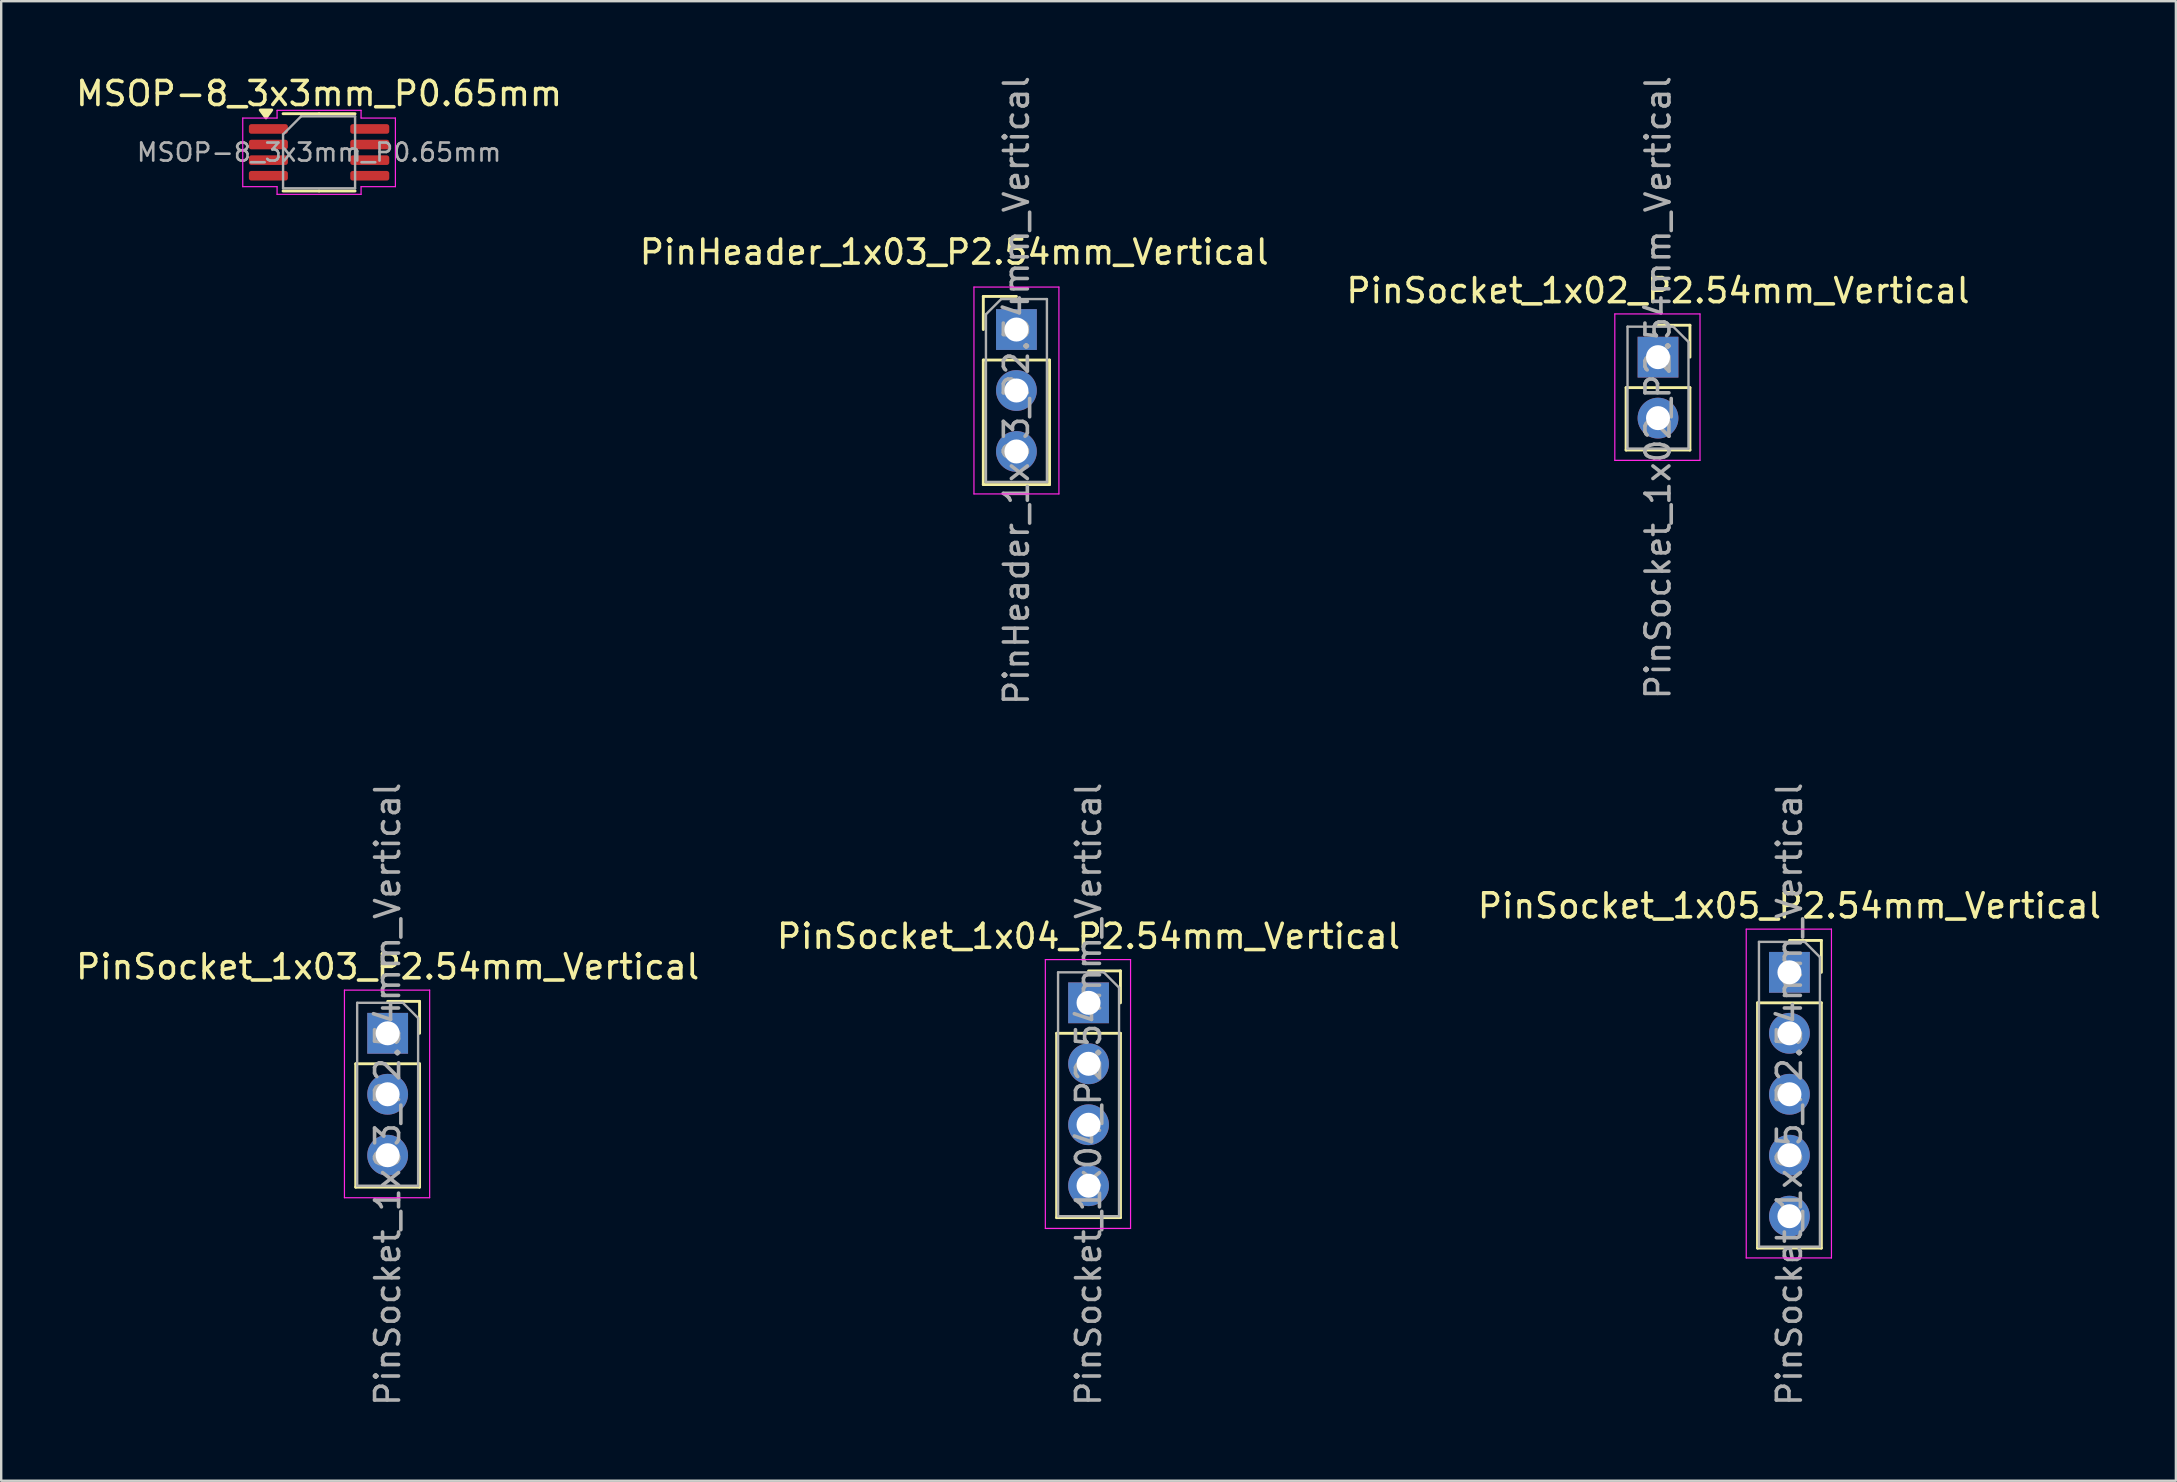
<source format=kicad_pcb>
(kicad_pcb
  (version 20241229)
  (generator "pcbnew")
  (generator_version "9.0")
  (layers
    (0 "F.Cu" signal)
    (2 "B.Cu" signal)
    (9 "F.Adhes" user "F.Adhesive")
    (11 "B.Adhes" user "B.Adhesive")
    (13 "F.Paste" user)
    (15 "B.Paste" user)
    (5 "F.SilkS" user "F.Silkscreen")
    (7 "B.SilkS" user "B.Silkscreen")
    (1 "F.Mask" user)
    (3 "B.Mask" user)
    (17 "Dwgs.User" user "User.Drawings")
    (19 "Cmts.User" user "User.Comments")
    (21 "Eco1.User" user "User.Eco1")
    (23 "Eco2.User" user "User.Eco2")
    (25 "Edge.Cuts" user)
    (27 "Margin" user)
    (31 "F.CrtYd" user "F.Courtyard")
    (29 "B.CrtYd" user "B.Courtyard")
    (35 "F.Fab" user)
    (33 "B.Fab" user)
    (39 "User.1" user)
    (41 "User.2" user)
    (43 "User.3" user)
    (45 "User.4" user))
  (footprint "PinHeader_1x03_P2.54mm_Vertical"
    (layer "F.Cu")
    (at 39.299 10.68)
    (property "Reference" "PinHeader_1x03_P2.54mm_Vertical" (at -2.591 -3.226 0) (layer "F.SilkS") (effects (font (size 1 1) (thickness 0.15))))
    (attr through_hole)
    (fp_line (start -1.38 -1.38) (end 0 -1.38) (stroke (width 0.12) (type solid)) (layer "F.SilkS"))
    (fp_line (start -1.38 0) (end -1.38 -1.38) (stroke (width 0.12) (type solid)) (layer "F.SilkS"))
    (fp_line (start -1.38 1.27) (end -1.38 6.46) (stroke (width 0.12) (type solid)) (layer "F.SilkS"))
    (fp_line (start -1.38 1.27) (end 1.38 1.27) (stroke (width 0.12) (type solid)) (layer "F.SilkS"))
    (fp_line (start -1.38 6.46) (end 1.38 6.46) (stroke (width 0.12) (type solid)) (layer "F.SilkS"))
    (fp_line (start 1.38 1.27) (end 1.38 6.46) (stroke (width 0.12) (type solid)) (layer "F.SilkS"))
    (fp_line (start -1.77 -1.77) (end -1.77 6.85) (stroke (width 0.05) (type solid)) (layer "F.CrtYd"))
    (fp_line (start -1.77 6.85) (end 1.77 6.85) (stroke (width 0.05) (type solid)) (layer "F.CrtYd"))
    (fp_line (start 1.77 -1.77) (end -1.77 -1.77) (stroke (width 0.05) (type solid)) (layer "F.CrtYd"))
    (fp_line (start 1.77 6.85) (end 1.77 -1.77) (stroke (width 0.05) (type solid)) (layer "F.CrtYd"))
    (fp_line (start -1.27 -0.635) (end -0.635 -1.27) (stroke (width 0.1) (type solid)) (layer "F.Fab"))
    (fp_line (start -1.27 6.35) (end -1.27 -0.635) (stroke (width 0.1) (type solid)) (layer "F.Fab"))
    (fp_line (start -0.635 -1.27) (end 1.27 -1.27) (stroke (width 0.1) (type solid)) (layer "F.Fab"))
    (fp_line (start 1.27 -1.27) (end 1.27 6.35) (stroke (width 0.1) (type solid)) (layer "F.Fab"))
    (fp_line (start 1.27 6.35) (end -1.27 6.35) (stroke (width 0.1) (type solid)) (layer "F.Fab"))
    (fp_text user "${REFERENCE}" (at 0 2.54 90) (layer "F.Fab") (effects (font (size 1 1) (thickness 0.15))))
    (pad "1" thru_hole rect (at 0 0) (size 1.7 1.7) (drill 1) (layers "*.Cu" "*.Mask"))
    (pad "2" thru_hole circle (at 0 2.54) (size 1.7 1.7) (drill 1) (layers "*.Cu" "*.Mask"))
    (pad "3" thru_hole circle (at 0 5.08) (size 1.7 1.7) (drill 1) (layers "*.Cu" "*.Mask")))
  (footprint "PinSocket_1x02_P2.54mm_Vertical"
    (layer "F.Cu")
    (at 66.03 11.831)
    (property "Reference" "PinSocket_1x02_P2.54mm_Vertical" (at 0 -2.77 0) (layer "F.SilkS") (effects (font (size 1 1) (thickness 0.15))))
    (attr through_hole)
    (fp_line (start -1.33 1.27) (end -1.33 3.87) (stroke (width 0.12) (type solid)) (layer "F.SilkS"))
    (fp_line (start -1.33 1.27) (end 1.33 1.27) (stroke (width 0.12) (type solid)) (layer "F.SilkS"))
    (fp_line (start -1.33 3.87) (end 1.33 3.87) (stroke (width 0.12) (type solid)) (layer "F.SilkS"))
    (fp_line (start 0 -1.33) (end 1.33 -1.33) (stroke (width 0.12) (type solid)) (layer "F.SilkS"))
    (fp_line (start 1.33 -1.33) (end 1.33 0) (stroke (width 0.12) (type solid)) (layer "F.SilkS"))
    (fp_line (start 1.33 1.27) (end 1.33 3.87) (stroke (width 0.12) (type solid)) (layer "F.SilkS"))
    (fp_line (start -1.8 -1.8) (end 1.75 -1.8) (stroke (width 0.05) (type solid)) (layer "F.CrtYd"))
    (fp_line (start -1.8 4.3) (end -1.8 -1.8) (stroke (width 0.05) (type solid)) (layer "F.CrtYd"))
    (fp_line (start 1.75 -1.8) (end 1.75 4.3) (stroke (width 0.05) (type solid)) (layer "F.CrtYd"))
    (fp_line (start 1.75 4.3) (end -1.8 4.3) (stroke (width 0.05) (type solid)) (layer "F.CrtYd"))
    (fp_line (start -1.27 -1.27) (end 0.635 -1.27) (stroke (width 0.1) (type solid)) (layer "F.Fab"))
    (fp_line (start -1.27 3.81) (end -1.27 -1.27) (stroke (width 0.1) (type solid)) (layer "F.Fab"))
    (fp_line (start 0.635 -1.27) (end 1.27 -0.635) (stroke (width 0.1) (type solid)) (layer "F.Fab"))
    (fp_line (start 1.27 -0.635) (end 1.27 3.81) (stroke (width 0.1) (type solid)) (layer "F.Fab"))
    (fp_line (start 1.27 3.81) (end -1.27 3.81) (stroke (width 0.1) (type solid)) (layer "F.Fab"))
    (fp_text user "${REFERENCE}" (at 0 1.27 90) (layer "F.Fab") (effects (font (size 1 1) (thickness 0.15))))
    (pad "1" thru_hole rect (at 0 0) (size 1.7 1.7) (drill 1) (layers "*.Cu" "*.Mask"))
    (pad "2" thru_hole circle (at 0 2.54) (size 1.7 1.7) (drill 1) (layers "*.Cu" "*.Mask")))
  (footprint "MSOP-8_3x3mm_P0.65mm"
    (layer "F.Cu")
    (at 10.244 3.298)
    (property "Reference" "MSOP-8_3x3mm_P0.65mm" (at 0 -2.45 0) (layer "F.SilkS") (effects (font (size 1 1) (thickness 0.15))))
    (attr smd)
    (fp_line (start 0 -1.61) (end -1.5 -1.61) (stroke (width 0.12) (type solid)) (layer "F.SilkS"))
    (fp_line (start 0 -1.61) (end 1.5 -1.61) (stroke (width 0.12) (type solid)) (layer "F.SilkS"))
    (fp_line (start 0 1.61) (end -1.5 1.61) (stroke (width 0.12) (type solid)) (layer "F.SilkS"))
    (fp_line (start 0 1.61) (end 1.5 1.61) (stroke (width 0.12) (type solid)) (layer "F.SilkS"))
    (fp_poly (pts (xy -2.212 -1.435) (xy -2.453 -1.765) (xy -1.972 -1.765)) (stroke (width 0.12) (type solid)) (fill yes) (layer "F.SilkS"))
    (fp_line (start -3.18 -1.43) (end -1.75 -1.43) (stroke (width 0.05) (type solid)) (layer "F.CrtYd"))
    (fp_line (start -3.18 1.43) (end -3.18 -1.43) (stroke (width 0.05) (type solid)) (layer "F.CrtYd"))
    (fp_line (start -1.75 -1.75) (end 1.75 -1.75) (stroke (width 0.05) (type solid)) (layer "F.CrtYd"))
    (fp_line (start -1.75 -1.43) (end -1.75 -1.75) (stroke (width 0.05) (type solid)) (layer "F.CrtYd"))
    (fp_line (start -1.75 1.43) (end -3.18 1.43) (stroke (width 0.05) (type solid)) (layer "F.CrtYd"))
    (fp_line (start -1.75 1.75) (end -1.75 1.43) (stroke (width 0.05) (type solid)) (layer "F.CrtYd"))
    (fp_line (start 1.75 -1.75) (end 1.75 -1.43) (stroke (width 0.05) (type solid)) (layer "F.CrtYd"))
    (fp_line (start 1.75 -1.43) (end 3.18 -1.43) (stroke (width 0.05) (type solid)) (layer "F.CrtYd"))
    (fp_line (start 1.75 1.43) (end 1.75 1.75) (stroke (width 0.05) (type solid)) (layer "F.CrtYd"))
    (fp_line (start 1.75 1.75) (end -1.75 1.75) (stroke (width 0.05) (type solid)) (layer "F.CrtYd"))
    (fp_line (start 3.18 -1.43) (end 3.18 1.43) (stroke (width 0.05) (type solid)) (layer "F.CrtYd"))
    (fp_line (start 3.18 1.43) (end 1.75 1.43) (stroke (width 0.05) (type solid)) (layer "F.CrtYd"))
    (fp_line (start -1.5 -0.75) (end -0.75 -1.5) (stroke (width 0.1) (type solid)) (layer "F.Fab"))
    (fp_line (start -1.5 1.5) (end -1.5 -0.75) (stroke (width 0.1) (type solid)) (layer "F.Fab"))
    (fp_line (start -0.75 -1.5) (end 1.5 -1.5) (stroke (width 0.1) (type solid)) (layer "F.Fab"))
    (fp_line (start 1.5 -1.5) (end 1.5 1.5) (stroke (width 0.1) (type solid)) (layer "F.Fab"))
    (fp_line (start 1.5 1.5) (end -1.5 1.5) (stroke (width 0.1) (type solid)) (layer "F.Fab"))
    (fp_text user "${REFERENCE}" (at 0 0 0) (layer "F.Fab") (effects (font (size 0.75 0.75) (thickness 0.11))))
    (pad "1" smd roundrect (at -2.112 -0.975) (size 1.625 0.4) (layers "F.Cu" "F.Mask" "F.Paste") (roundrect_rratio 0.25))
    (pad "2" smd roundrect (at -2.112 -0.325) (size 1.625 0.4) (layers "F.Cu" "F.Mask" "F.Paste") (roundrect_rratio 0.25))
    (pad "3" smd roundrect (at -2.112 0.325) (size 1.625 0.4) (layers "F.Cu" "F.Mask" "F.Paste") (roundrect_rratio 0.25))
    (pad "4" smd roundrect (at -2.112 0.975) (size 1.625 0.4) (layers "F.Cu" "F.Mask" "F.Paste") (roundrect_rratio 0.25))
    (pad "5" smd roundrect (at 2.112 0.975) (size 1.625 0.4) (layers "F.Cu" "F.Mask" "F.Paste") (roundrect_rratio 0.25))
    (pad "6" smd roundrect (at 2.112 0.325) (size 1.625 0.4) (layers "F.Cu" "F.Mask" "F.Paste") (roundrect_rratio 0.25))
    (pad "7" smd roundrect (at 2.112 -0.325) (size 1.625 0.4) (layers "F.Cu" "F.Mask" "F.Paste") (roundrect_rratio 0.25))
    (pad "8" smd roundrect (at 2.112 -0.975) (size 1.625 0.4) (layers "F.Cu" "F.Mask" "F.Paste") (roundrect_rratio 0.25)))
  (footprint "PinSocket_1x03_P2.54mm_Vertical"
    (layer "F.Cu")
    (at 13.101 40.002)
    (property "Reference" "PinSocket_1x03_P2.54mm_Vertical" (at 0 -2.77 0) (layer "F.SilkS") (effects (font (size 1 1) (thickness 0.15))))
    (attr through_hole)
    (fp_line (start -1.33 1.27) (end -1.33 6.41) (stroke (width 0.12) (type solid)) (layer "F.SilkS"))
    (fp_line (start -1.33 1.27) (end 1.33 1.27) (stroke (width 0.12) (type solid)) (layer "F.SilkS"))
    (fp_line (start -1.33 6.41) (end 1.33 6.41) (stroke (width 0.12) (type solid)) (layer "F.SilkS"))
    (fp_line (start 0 -1.33) (end 1.33 -1.33) (stroke (width 0.12) (type solid)) (layer "F.SilkS"))
    (fp_line (start 1.33 -1.33) (end 1.33 0) (stroke (width 0.12) (type solid)) (layer "F.SilkS"))
    (fp_line (start 1.33 1.27) (end 1.33 6.41) (stroke (width 0.12) (type solid)) (layer "F.SilkS"))
    (fp_line (start -1.8 -1.8) (end 1.75 -1.8) (stroke (width 0.05) (type solid)) (layer "F.CrtYd"))
    (fp_line (start -1.8 6.85) (end -1.8 -1.8) (stroke (width 0.05) (type solid)) (layer "F.CrtYd"))
    (fp_line (start 1.75 -1.8) (end 1.75 6.85) (stroke (width 0.05) (type solid)) (layer "F.CrtYd"))
    (fp_line (start 1.75 6.85) (end -1.8 6.85) (stroke (width 0.05) (type solid)) (layer "F.CrtYd"))
    (fp_line (start -1.27 -1.27) (end 0.635 -1.27) (stroke (width 0.1) (type solid)) (layer "F.Fab"))
    (fp_line (start -1.27 6.35) (end -1.27 -1.27) (stroke (width 0.1) (type solid)) (layer "F.Fab"))
    (fp_line (start 0.635 -1.27) (end 1.27 -0.635) (stroke (width 0.1) (type solid)) (layer "F.Fab"))
    (fp_line (start 1.27 -0.635) (end 1.27 6.35) (stroke (width 0.1) (type solid)) (layer "F.Fab"))
    (fp_line (start 1.27 6.35) (end -1.27 6.35) (stroke (width 0.1) (type solid)) (layer "F.Fab"))
    (fp_text user "${REFERENCE}" (at 0 2.54 90) (layer "F.Fab") (effects (font (size 1 1) (thickness 0.15))))
    (pad "1" thru_hole rect (at 0 0) (size 1.7 1.7) (drill 1) (layers "*.Cu" "*.Mask"))
    (pad "2" thru_hole circle (at 0 2.54) (size 1.7 1.7) (drill 1) (layers "*.Cu" "*.Mask"))
    (pad "3" thru_hole circle (at 0 5.08) (size 1.7 1.7) (drill 1) (layers "*.Cu" "*.Mask")))
  (footprint "PinSocket_1x05_P2.54mm_Vertical"
    (layer "F.Cu")
    (at 71.506 37.462)
    (property "Reference" "PinSocket_1x05_P2.54mm_Vertical" (at 0 -2.77 0) (layer "F.SilkS") (effects (font (size 1 1) (thickness 0.15))))
    (attr through_hole)
    (fp_line (start -1.33 1.27) (end -1.33 11.49) (stroke (width 0.12) (type solid)) (layer "F.SilkS"))
    (fp_line (start -1.33 1.27) (end 1.33 1.27) (stroke (width 0.12) (type solid)) (layer "F.SilkS"))
    (fp_line (start -1.33 11.49) (end 1.33 11.49) (stroke (width 0.12) (type solid)) (layer "F.SilkS"))
    (fp_line (start 0 -1.33) (end 1.33 -1.33) (stroke (width 0.12) (type solid)) (layer "F.SilkS"))
    (fp_line (start 1.33 -1.33) (end 1.33 0) (stroke (width 0.12) (type solid)) (layer "F.SilkS"))
    (fp_line (start 1.33 1.27) (end 1.33 11.49) (stroke (width 0.12) (type solid)) (layer "F.SilkS"))
    (fp_line (start -1.8 -1.8) (end 1.75 -1.8) (stroke (width 0.05) (type solid)) (layer "F.CrtYd"))
    (fp_line (start -1.8 11.9) (end -1.8 -1.8) (stroke (width 0.05) (type solid)) (layer "F.CrtYd"))
    (fp_line (start 1.75 -1.8) (end 1.75 11.9) (stroke (width 0.05) (type solid)) (layer "F.CrtYd"))
    (fp_line (start 1.75 11.9) (end -1.8 11.9) (stroke (width 0.05) (type solid)) (layer "F.CrtYd"))
    (fp_line (start -1.27 -1.27) (end 0.635 -1.27) (stroke (width 0.1) (type solid)) (layer "F.Fab"))
    (fp_line (start -1.27 11.43) (end -1.27 -1.27) (stroke (width 0.1) (type solid)) (layer "F.Fab"))
    (fp_line (start 0.635 -1.27) (end 1.27 -0.635) (stroke (width 0.1) (type solid)) (layer "F.Fab"))
    (fp_line (start 1.27 -0.635) (end 1.27 11.43) (stroke (width 0.1) (type solid)) (layer "F.Fab"))
    (fp_line (start 1.27 11.43) (end -1.27 11.43) (stroke (width 0.1) (type solid)) (layer "F.Fab"))
    (fp_text user "${REFERENCE}" (at 0 5.08 270) (layer "F.Fab") (effects (font (size 1 1) (thickness 0.15))))
    (pad "1" thru_hole rect (at 0 0) (size 1.7 1.7) (drill 1) (layers "*.Cu" "*.Mask"))
    (pad "2" thru_hole circle (at 0 2.54) (size 1.7 1.7) (drill 1) (layers "*.Cu" "*.Mask"))
    (pad "3" thru_hole circle (at 0 5.08) (size 1.7 1.7) (drill 1) (layers "*.Cu" "*.Mask"))
    (pad "4" thru_hole circle (at 0 7.62) (size 1.7 1.7) (drill 1) (layers "*.Cu" "*.Mask"))
    (pad "5" thru_hole circle (at 0 10.16) (size 1.7 1.7) (drill 1) (layers "*.Cu" "*.Mask")))
  (footprint "PinSocket_1x04_P2.54mm_Vertical"
    (layer "F.Cu")
    (at 42.304 38.732)
    (property "Reference" "PinSocket_1x04_P2.54mm_Vertical" (at 0 -2.77 0) (layer "F.SilkS") (effects (font (size 1 1) (thickness 0.15))))
    (attr through_hole)
    (fp_line (start -1.33 1.27) (end -1.33 8.95) (stroke (width 0.12) (type solid)) (layer "F.SilkS"))
    (fp_line (start -1.33 1.27) (end 1.33 1.27) (stroke (width 0.12) (type solid)) (layer "F.SilkS"))
    (fp_line (start -1.33 8.95) (end 1.33 8.95) (stroke (width 0.12) (type solid)) (layer "F.SilkS"))
    (fp_line (start 0 -1.33) (end 1.33 -1.33) (stroke (width 0.12) (type solid)) (layer "F.SilkS"))
    (fp_line (start 1.33 -1.33) (end 1.33 0) (stroke (width 0.12) (type solid)) (layer "F.SilkS"))
    (fp_line (start 1.33 1.27) (end 1.33 8.95) (stroke (width 0.12) (type solid)) (layer "F.SilkS"))
    (fp_line (start -1.8 -1.8) (end 1.75 -1.8) (stroke (width 0.05) (type solid)) (layer "F.CrtYd"))
    (fp_line (start -1.8 9.4) (end -1.8 -1.8) (stroke (width 0.05) (type solid)) (layer "F.CrtYd"))
    (fp_line (start 1.75 -1.8) (end 1.75 9.4) (stroke (width 0.05) (type solid)) (layer "F.CrtYd"))
    (fp_line (start 1.75 9.4) (end -1.8 9.4) (stroke (width 0.05) (type solid)) (layer "F.CrtYd"))
    (fp_line (start -1.27 -1.27) (end 0.635 -1.27) (stroke (width 0.1) (type solid)) (layer "F.Fab"))
    (fp_line (start -1.27 8.89) (end -1.27 -1.27) (stroke (width 0.1) (type solid)) (layer "F.Fab"))
    (fp_line (start 0.635 -1.27) (end 1.27 -0.635) (stroke (width 0.1) (type solid)) (layer "F.Fab"))
    (fp_line (start 1.27 -0.635) (end 1.27 8.89) (stroke (width 0.1) (type solid)) (layer "F.Fab"))
    (fp_line (start 1.27 8.89) (end -1.27 8.89) (stroke (width 0.1) (type solid)) (layer "F.Fab"))
    (fp_text user "${REFERENCE}" (at 0 3.81 270) (layer "F.Fab") (effects (font (size 1 1) (thickness 0.15))))
    (pad "1" thru_hole rect (at 0 0) (size 1.7 1.7) (drill 1) (layers "*.Cu" "*.Mask"))
    (pad "2" thru_hole circle (at 0 2.54) (size 1.7 1.7) (drill 1) (layers "*.Cu" "*.Mask"))
    (pad "3" thru_hole circle (at 0 5.08) (size 1.7 1.7) (drill 1) (layers "*.Cu" "*.Mask"))
    (pad "4" thru_hole circle (at 0 7.62) (size 1.7 1.7) (drill 1) (layers "*.Cu" "*.Mask")))
  (gr_rect
    (start -3 -3)
    (end 87.607 58.643)
    (stroke (width 0.1) (type default))
    (fill no)
    (layer "Edge.Cuts")))
</source>
